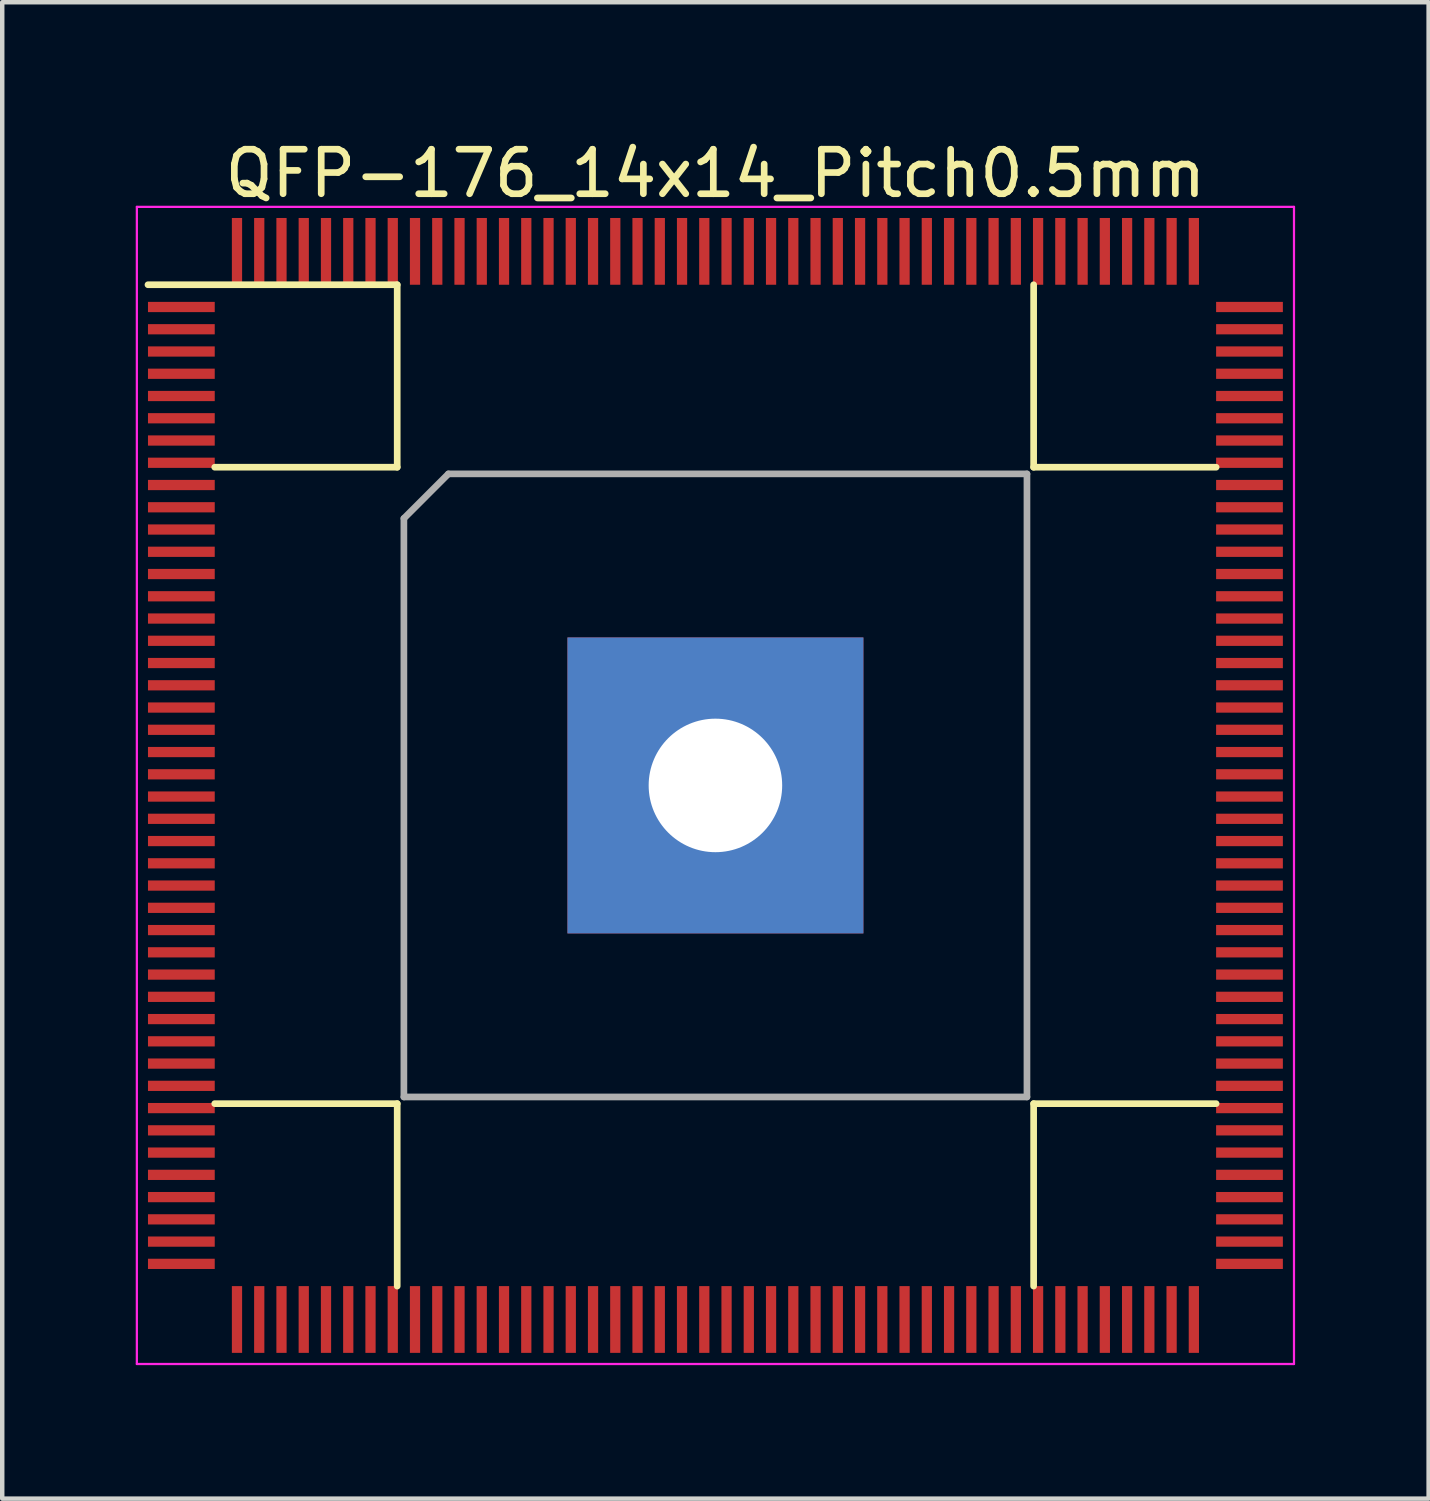
<source format=kicad_pcb>
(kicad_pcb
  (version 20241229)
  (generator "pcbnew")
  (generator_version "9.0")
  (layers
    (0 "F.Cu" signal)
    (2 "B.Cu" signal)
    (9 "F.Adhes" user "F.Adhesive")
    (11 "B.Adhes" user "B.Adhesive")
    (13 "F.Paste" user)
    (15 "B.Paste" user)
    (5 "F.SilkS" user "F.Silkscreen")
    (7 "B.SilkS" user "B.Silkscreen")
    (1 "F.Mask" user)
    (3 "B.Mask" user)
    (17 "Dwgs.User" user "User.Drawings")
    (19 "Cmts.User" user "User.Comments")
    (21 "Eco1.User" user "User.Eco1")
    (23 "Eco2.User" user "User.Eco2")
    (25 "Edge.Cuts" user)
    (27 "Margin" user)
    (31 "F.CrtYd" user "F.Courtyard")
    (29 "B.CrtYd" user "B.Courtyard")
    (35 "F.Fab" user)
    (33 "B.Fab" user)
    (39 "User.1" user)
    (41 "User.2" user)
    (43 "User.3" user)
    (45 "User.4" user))
  (footprint "QFP-176_14x14_Pitch0.5mm"
    (layer "F.Cu")
    (at 13.025 14.598)
    (property "Reference" "QFP-176_14x14_Pitch0.5mm" (at 0 -13.75 0) (layer "F.SilkS") (effects (font (size 1 1) (thickness 0.15))))
    (attr smd)
    (fp_line (start -11.25 -7.15) (end -7.15 -7.15) (stroke (width 0.15) (type solid)) (layer "F.SilkS"))
    (fp_line (start -11.25 7.15) (end -7.15 7.15) (stroke (width 0.15) (type solid)) (layer "F.SilkS"))
    (fp_line (start -7.15 -11.25) (end -12.75 -11.25) (stroke (width 0.15) (type solid)) (layer "F.SilkS"))
    (fp_line (start -7.15 -7.15) (end -7.15 -11.25) (stroke (width 0.15) (type solid)) (layer "F.SilkS"))
    (fp_line (start -7.15 7.15) (end -7.15 11.25) (stroke (width 0.15) (type solid)) (layer "F.SilkS"))
    (fp_line (start 7.15 -7.15) (end 7.15 -11.25) (stroke (width 0.15) (type solid)) (layer "F.SilkS"))
    (fp_line (start 7.15 7.15) (end 7.15 11.25) (stroke (width 0.15) (type solid)) (layer "F.SilkS"))
    (fp_line (start 11.25 -7.15) (end 7.15 -7.15) (stroke (width 0.15) (type solid)) (layer "F.SilkS"))
    (fp_line (start 11.25 7.15) (end 7.15 7.15) (stroke (width 0.15) (type solid)) (layer "F.SilkS"))
    (fp_line (start -13 -13) (end 13 -13) (stroke (width 0.05) (type solid)) (layer "F.CrtYd"))
    (fp_line (start -13 13) (end -13 -13) (stroke (width 0.05) (type solid)) (layer "F.CrtYd"))
    (fp_line (start 13 -13) (end 13 13) (stroke (width 0.05) (type solid)) (layer "F.CrtYd"))
    (fp_line (start 13 13) (end -13 13) (stroke (width 0.05) (type solid)) (layer "F.CrtYd"))
    (fp_line (start -7 -6) (end -7 7) (stroke (width 0.15) (type solid)) (layer "F.Fab"))
    (fp_line (start -7 7) (end 7 7) (stroke (width 0.15) (type solid)) (layer "F.Fab"))
    (fp_line (start -6 -7) (end -7 -6) (stroke (width 0.15) (type solid)) (layer "F.Fab"))
    (fp_line (start 7 -7) (end -6 -7) (stroke (width 0.15) (type solid)) (layer "F.Fab"))
    (fp_line (start 7 7) (end 7 -7) (stroke (width 0.15) (type solid)) (layer "F.Fab"))
    (pad "0" thru_hole rect (at 0 0) (size 6.65 6.65) (drill 3) (layers "*.Cu" "*.Mask"))
    (pad "1" smd rect (at -12 -10.75 90) (size 0.23 1.5) (layers "F.Cu" "F.Mask" "F.Paste"))
    (pad "2" smd rect (at -12 -10.25 90) (size 0.23 1.5) (layers "F.Cu" "F.Mask" "F.Paste"))
    (pad "3" smd rect (at -12 -9.75 90) (size 0.23 1.5) (layers "F.Cu" "F.Mask" "F.Paste"))
    (pad "4" smd rect (at -12 -9.25 90) (size 0.23 1.5) (layers "F.Cu" "F.Mask" "F.Paste"))
    (pad "5" smd rect (at -12 -8.75 90) (size 0.23 1.5) (layers "F.Cu" "F.Mask" "F.Paste"))
    (pad "6" smd rect (at -12 -8.25 90) (size 0.23 1.5) (layers "F.Cu" "F.Mask" "F.Paste"))
    (pad "7" smd rect (at -12 -7.75 90) (size 0.23 1.5) (layers "F.Cu" "F.Mask" "F.Paste"))
    (pad "8" smd rect (at -12 -7.25 90) (size 0.23 1.5) (layers "F.Cu" "F.Mask" "F.Paste"))
    (pad "9" smd rect (at -12 -6.75 90) (size 0.23 1.5) (layers "F.Cu" "F.Mask" "F.Paste"))
    (pad "10" smd rect (at -12 -6.25 90) (size 0.23 1.5) (layers "F.Cu" "F.Mask" "F.Paste"))
    (pad "11" smd rect (at -12 -5.75 90) (size 0.23 1.5) (layers "F.Cu" "F.Mask" "F.Paste"))
    (pad "12" smd rect (at -12 -5.25 90) (size 0.23 1.5) (layers "F.Cu" "F.Mask" "F.Paste"))
    (pad "13" smd rect (at -12 -4.75 90) (size 0.23 1.5) (layers "F.Cu" "F.Mask" "F.Paste"))
    (pad "14" smd rect (at -12 -4.25 90) (size 0.23 1.5) (layers "F.Cu" "F.Mask" "F.Paste"))
    (pad "15" smd rect (at -12 -3.75 90) (size 0.23 1.5) (layers "F.Cu" "F.Mask" "F.Paste"))
    (pad "16" smd rect (at -12 -3.25 90) (size 0.23 1.5) (layers "F.Cu" "F.Mask" "F.Paste"))
    (pad "17" smd rect (at -12 -2.75 90) (size 0.23 1.5) (layers "F.Cu" "F.Mask" "F.Paste"))
    (pad "18" smd rect (at -12 -2.25 90) (size 0.23 1.5) (layers "F.Cu" "F.Mask" "F.Paste"))
    (pad "19" smd rect (at -12 -1.75 90) (size 0.23 1.5) (layers "F.Cu" "F.Mask" "F.Paste"))
    (pad "20" smd rect (at -12 -1.25 90) (size 0.23 1.5) (layers "F.Cu" "F.Mask" "F.Paste"))
    (pad "21" smd rect (at -12 -0.75 90) (size 0.23 1.5) (layers "F.Cu" "F.Mask" "F.Paste"))
    (pad "22" smd rect (at -12 -0.25 90) (size 0.23 1.5) (layers "F.Cu" "F.Mask" "F.Paste"))
    (pad "23" smd rect (at -12 0.25 90) (size 0.23 1.5) (layers "F.Cu" "F.Mask" "F.Paste"))
    (pad "24" smd rect (at -12 0.75 90) (size 0.23 1.5) (layers "F.Cu" "F.Mask" "F.Paste"))
    (pad "25" smd rect (at -12 1.25 90) (size 0.23 1.5) (layers "F.Cu" "F.Mask" "F.Paste"))
    (pad "26" smd rect (at -12 1.75 90) (size 0.23 1.5) (layers "F.Cu" "F.Mask" "F.Paste"))
    (pad "27" smd rect (at -12 2.25 90) (size 0.23 1.5) (layers "F.Cu" "F.Mask" "F.Paste"))
    (pad "28" smd rect (at -12 2.75 90) (size 0.23 1.5) (layers "F.Cu" "F.Mask" "F.Paste"))
    (pad "29" smd rect (at -12 3.25 90) (size 0.23 1.5) (layers "F.Cu" "F.Mask" "F.Paste"))
    (pad "30" smd rect (at -12 3.75 90) (size 0.23 1.5) (layers "F.Cu" "F.Mask" "F.Paste"))
    (pad "31" smd rect (at -12 4.25 90) (size 0.23 1.5) (layers "F.Cu" "F.Mask" "F.Paste"))
    (pad "32" smd rect (at -12 4.75 90) (size 0.23 1.5) (layers "F.Cu" "F.Mask" "F.Paste"))
    (pad "33" smd rect (at -12 5.25 90) (size 0.23 1.5) (layers "F.Cu" "F.Mask" "F.Paste"))
    (pad "34" smd rect (at -12 5.75 90) (size 0.23 1.5) (layers "F.Cu" "F.Mask" "F.Paste"))
    (pad "35" smd rect (at -12 6.25 90) (size 0.23 1.5) (layers "F.Cu" "F.Mask" "F.Paste"))
    (pad "36" smd rect (at -12 6.75 90) (size 0.23 1.5) (layers "F.Cu" "F.Mask" "F.Paste"))
    (pad "37" smd rect (at -12 7.25 90) (size 0.23 1.5) (layers "F.Cu" "F.Mask" "F.Paste"))
    (pad "38" smd rect (at -12 7.75 90) (size 0.23 1.5) (layers "F.Cu" "F.Mask" "F.Paste"))
    (pad "39" smd rect (at -12 8.25 90) (size 0.23 1.5) (layers "F.Cu" "F.Mask" "F.Paste"))
    (pad "40" smd rect (at -12 8.75 90) (size 0.23 1.5) (layers "F.Cu" "F.Mask" "F.Paste"))
    (pad "41" smd rect (at -12 9.25 90) (size 0.23 1.5) (layers "F.Cu" "F.Mask" "F.Paste"))
    (pad "42" smd rect (at -12 9.75 90) (size 0.23 1.5) (layers "F.Cu" "F.Mask" "F.Paste"))
    (pad "43" smd rect (at -12 10.25 90) (size 0.23 1.5) (layers "F.Cu" "F.Mask" "F.Paste"))
    (pad "44" smd rect (at -12 10.75 90) (size 0.23 1.5) (layers "F.Cu" "F.Mask" "F.Paste"))
    (pad "45" smd rect (at -10.75 12) (size 0.23 1.5) (layers "F.Cu" "F.Mask" "F.Paste"))
    (pad "46" smd rect (at -10.25 12) (size 0.23 1.5) (layers "F.Cu" "F.Mask" "F.Paste"))
    (pad "47" smd rect (at -9.75 12) (size 0.23 1.5) (layers "F.Cu" "F.Mask" "F.Paste"))
    (pad "48" smd rect (at -9.25 12) (size 0.23 1.5) (layers "F.Cu" "F.Mask" "F.Paste"))
    (pad "49" smd rect (at -8.75 12) (size 0.23 1.5) (layers "F.Cu" "F.Mask" "F.Paste"))
    (pad "50" smd rect (at -8.25 12) (size 0.23 1.5) (layers "F.Cu" "F.Mask" "F.Paste"))
    (pad "51" smd rect (at -7.75 12) (size 0.23 1.5) (layers "F.Cu" "F.Mask" "F.Paste"))
    (pad "52" smd rect (at -7.25 12) (size 0.23 1.5) (layers "F.Cu" "F.Mask" "F.Paste"))
    (pad "53" smd rect (at -6.75 12) (size 0.23 1.5) (layers "F.Cu" "F.Mask" "F.Paste"))
    (pad "54" smd rect (at -6.25 12) (size 0.23 1.5) (layers "F.Cu" "F.Mask" "F.Paste"))
    (pad "55" smd rect (at -5.75 12) (size 0.23 1.5) (layers "F.Cu" "F.Mask" "F.Paste"))
    (pad "56" smd rect (at -5.25 12) (size 0.23 1.5) (layers "F.Cu" "F.Mask" "F.Paste"))
    (pad "57" smd rect (at -4.75 12) (size 0.23 1.5) (layers "F.Cu" "F.Mask" "F.Paste"))
    (pad "58" smd rect (at -4.25 12) (size 0.23 1.5) (layers "F.Cu" "F.Mask" "F.Paste"))
    (pad "59" smd rect (at -3.75 12) (size 0.23 1.5) (layers "F.Cu" "F.Mask" "F.Paste"))
    (pad "60" smd rect (at -3.25 12) (size 0.23 1.5) (layers "F.Cu" "F.Mask" "F.Paste"))
    (pad "61" smd rect (at -2.75 12) (size 0.23 1.5) (layers "F.Cu" "F.Mask" "F.Paste"))
    (pad "62" smd rect (at -2.25 12) (size 0.23 1.5) (layers "F.Cu" "F.Mask" "F.Paste"))
    (pad "63" smd rect (at -1.75 12) (size 0.23 1.5) (layers "F.Cu" "F.Mask" "F.Paste"))
    (pad "64" smd rect (at -1.25 12) (size 0.23 1.5) (layers "F.Cu" "F.Mask" "F.Paste"))
    (pad "65" smd rect (at -0.75 12) (size 0.23 1.5) (layers "F.Cu" "F.Mask" "F.Paste"))
    (pad "66" smd rect (at -0.25 12) (size 0.23 1.5) (layers "F.Cu" "F.Mask" "F.Paste"))
    (pad "67" smd rect (at 0.25 12) (size 0.23 1.5) (layers "F.Cu" "F.Mask" "F.Paste"))
    (pad "68" smd rect (at 0.75 12) (size 0.23 1.5) (layers "F.Cu" "F.Mask" "F.Paste"))
    (pad "69" smd rect (at 1.25 12) (size 0.23 1.5) (layers "F.Cu" "F.Mask" "F.Paste"))
    (pad "70" smd rect (at 1.75 12) (size 0.23 1.5) (layers "F.Cu" "F.Mask" "F.Paste"))
    (pad "71" smd rect (at 2.25 12) (size 0.23 1.5) (layers "F.Cu" "F.Mask" "F.Paste"))
    (pad "72" smd rect (at 2.75 12) (size 0.23 1.5) (layers "F.Cu" "F.Mask" "F.Paste"))
    (pad "73" smd rect (at 3.25 12) (size 0.23 1.5) (layers "F.Cu" "F.Mask" "F.Paste"))
    (pad "74" smd rect (at 3.75 12) (size 0.23 1.5) (layers "F.Cu" "F.Mask" "F.Paste"))
    (pad "75" smd rect (at 4.25 12) (size 0.23 1.5) (layers "F.Cu" "F.Mask" "F.Paste"))
    (pad "76" smd rect (at 4.75 12) (size 0.23 1.5) (layers "F.Cu" "F.Mask" "F.Paste"))
    (pad "77" smd rect (at 5.25 12) (size 0.23 1.5) (layers "F.Cu" "F.Mask" "F.Paste"))
    (pad "78" smd rect (at 5.75 12) (size 0.23 1.5) (layers "F.Cu" "F.Mask" "F.Paste"))
    (pad "79" smd rect (at 6.25 12) (size 0.23 1.5) (layers "F.Cu" "F.Mask" "F.Paste"))
    (pad "80" smd rect (at 6.75 12) (size 0.23 1.5) (layers "F.Cu" "F.Mask" "F.Paste"))
    (pad "81" smd rect (at 7.25 12) (size 0.23 1.5) (layers "F.Cu" "F.Mask" "F.Paste"))
    (pad "82" smd rect (at 7.75 12) (size 0.23 1.5) (layers "F.Cu" "F.Mask" "F.Paste"))
    (pad "83" smd rect (at 8.25 12) (size 0.23 1.5) (layers "F.Cu" "F.Mask" "F.Paste"))
    (pad "84" smd rect (at 8.75 12) (size 0.23 1.5) (layers "F.Cu" "F.Mask" "F.Paste"))
    (pad "85" smd rect (at 9.25 12) (size 0.23 1.5) (layers "F.Cu" "F.Mask" "F.Paste"))
    (pad "86" smd rect (at 9.75 12) (size 0.23 1.5) (layers "F.Cu" "F.Mask" "F.Paste"))
    (pad "87" smd rect (at 10.25 12) (size 0.23 1.5) (layers "F.Cu" "F.Mask" "F.Paste"))
    (pad "88" smd rect (at 10.75 12) (size 0.23 1.5) (layers "F.Cu" "F.Mask" "F.Paste"))
    (pad "89" smd rect (at 12 10.75 90) (size 0.23 1.5) (layers "F.Cu" "F.Mask" "F.Paste"))
    (pad "90" smd rect (at 12 10.25 90) (size 0.23 1.5) (layers "F.Cu" "F.Mask" "F.Paste"))
    (pad "91" smd rect (at 12 9.75 90) (size 0.23 1.5) (layers "F.Cu" "F.Mask" "F.Paste"))
    (pad "92" smd rect (at 12 9.25 90) (size 0.23 1.5) (layers "F.Cu" "F.Mask" "F.Paste"))
    (pad "93" smd rect (at 12 8.75 90) (size 0.23 1.5) (layers "F.Cu" "F.Mask" "F.Paste"))
    (pad "94" smd rect (at 12 8.25 90) (size 0.23 1.5) (layers "F.Cu" "F.Mask" "F.Paste"))
    (pad "95" smd rect (at 12 7.75 90) (size 0.23 1.5) (layers "F.Cu" "F.Mask" "F.Paste"))
    (pad "96" smd rect (at 12 7.25 90) (size 0.23 1.5) (layers "F.Cu" "F.Mask" "F.Paste"))
    (pad "97" smd rect (at 12 6.75 90) (size 0.23 1.5) (layers "F.Cu" "F.Mask" "F.Paste"))
    (pad "98" smd rect (at 12 6.25 90) (size 0.23 1.5) (layers "F.Cu" "F.Mask" "F.Paste"))
    (pad "99" smd rect (at 12 5.75 90) (size 0.23 1.5) (layers "F.Cu" "F.Mask" "F.Paste"))
    (pad "100" smd rect (at 12 5.25 90) (size 0.23 1.5) (layers "F.Cu" "F.Mask" "F.Paste"))
    (pad "101" smd rect (at 12 4.75 90) (size 0.23 1.5) (layers "F.Cu" "F.Mask" "F.Paste"))
    (pad "102" smd rect (at 12 4.25 90) (size 0.23 1.5) (layers "F.Cu" "F.Mask" "F.Paste"))
    (pad "103" smd rect (at 12 3.75 90) (size 0.23 1.5) (layers "F.Cu" "F.Mask" "F.Paste"))
    (pad "104" smd rect (at 12 3.25 90) (size 0.23 1.5) (layers "F.Cu" "F.Mask" "F.Paste"))
    (pad "105" smd rect (at 12 2.75 90) (size 0.23 1.5) (layers "F.Cu" "F.Mask" "F.Paste"))
    (pad "106" smd rect (at 12 2.25 90) (size 0.23 1.5) (layers "F.Cu" "F.Mask" "F.Paste"))
    (pad "107" smd rect (at 12 1.75 90) (size 0.23 1.5) (layers "F.Cu" "F.Mask" "F.Paste"))
    (pad "108" smd rect (at 12 1.25 90) (size 0.23 1.5) (layers "F.Cu" "F.Mask" "F.Paste"))
    (pad "109" smd rect (at 12 0.75 90) (size 0.23 1.5) (layers "F.Cu" "F.Mask" "F.Paste"))
    (pad "110" smd rect (at 12 0.25 90) (size 0.23 1.5) (layers "F.Cu" "F.Mask" "F.Paste"))
    (pad "111" smd rect (at 12 -0.25 90) (size 0.23 1.5) (layers "F.Cu" "F.Mask" "F.Paste"))
    (pad "112" smd rect (at 12 -0.75 90) (size 0.23 1.5) (layers "F.Cu" "F.Mask" "F.Paste"))
    (pad "113" smd rect (at 12 -1.25 90) (size 0.23 1.5) (layers "F.Cu" "F.Mask" "F.Paste"))
    (pad "114" smd rect (at 12 -1.75 90) (size 0.23 1.5) (layers "F.Cu" "F.Mask" "F.Paste"))
    (pad "115" smd rect (at 12 -2.25 90) (size 0.23 1.5) (layers "F.Cu" "F.Mask" "F.Paste"))
    (pad "116" smd rect (at 12 -2.75 90) (size 0.23 1.5) (layers "F.Cu" "F.Mask" "F.Paste"))
    (pad "117" smd rect (at 12 -3.25 90) (size 0.23 1.5) (layers "F.Cu" "F.Mask" "F.Paste"))
    (pad "118" smd rect (at 12 -3.75 90) (size 0.23 1.5) (layers "F.Cu" "F.Mask" "F.Paste"))
    (pad "119" smd rect (at 12 -4.25 90) (size 0.23 1.5) (layers "F.Cu" "F.Mask" "F.Paste"))
    (pad "120" smd rect (at 12 -4.75 90) (size 0.23 1.5) (layers "F.Cu" "F.Mask" "F.Paste"))
    (pad "121" smd rect (at 12 -5.25 90) (size 0.23 1.5) (layers "F.Cu" "F.Mask" "F.Paste"))
    (pad "122" smd rect (at 12 -5.75 90) (size 0.23 1.5) (layers "F.Cu" "F.Mask" "F.Paste"))
    (pad "123" smd rect (at 12 -6.25 90) (size 0.23 1.5) (layers "F.Cu" "F.Mask" "F.Paste"))
    (pad "124" smd rect (at 12 -6.75 90) (size 0.23 1.5) (layers "F.Cu" "F.Mask" "F.Paste"))
    (pad "125" smd rect (at 12 -7.25 90) (size 0.23 1.5) (layers "F.Cu" "F.Mask" "F.Paste"))
    (pad "126" smd rect (at 12 -7.75 90) (size 0.23 1.5) (layers "F.Cu" "F.Mask" "F.Paste"))
    (pad "127" smd rect (at 12 -8.25 90) (size 0.23 1.5) (layers "F.Cu" "F.Mask" "F.Paste"))
    (pad "128" smd rect (at 12 -8.75 90) (size 0.23 1.5) (layers "F.Cu" "F.Mask" "F.Paste"))
    (pad "129" smd rect (at 12 -9.25 90) (size 0.23 1.5) (layers "F.Cu" "F.Mask" "F.Paste"))
    (pad "130" smd rect (at 12 -9.75 90) (size 0.23 1.5) (layers "F.Cu" "F.Mask" "F.Paste"))
    (pad "131" smd rect (at 12 -10.25 90) (size 0.23 1.5) (layers "F.Cu" "F.Mask" "F.Paste"))
    (pad "132" smd rect (at 12 -10.75 90) (size 0.23 1.5) (layers "F.Cu" "F.Mask" "F.Paste"))
    (pad "133" smd rect (at 10.75 -12) (size 0.23 1.5) (layers "F.Cu" "F.Mask" "F.Paste"))
    (pad "134" smd rect (at 10.25 -12) (size 0.23 1.5) (layers "F.Cu" "F.Mask" "F.Paste"))
    (pad "135" smd rect (at 9.75 -12) (size 0.23 1.5) (layers "F.Cu" "F.Mask" "F.Paste"))
    (pad "136" smd rect (at 9.25 -12) (size 0.23 1.5) (layers "F.Cu" "F.Mask" "F.Paste"))
    (pad "137" smd rect (at 8.75 -12) (size 0.23 1.5) (layers "F.Cu" "F.Mask" "F.Paste"))
    (pad "138" smd rect (at 8.25 -12) (size 0.23 1.5) (layers "F.Cu" "F.Mask" "F.Paste"))
    (pad "139" smd rect (at 7.75 -12) (size 0.23 1.5) (layers "F.Cu" "F.Mask" "F.Paste"))
    (pad "140" smd rect (at 7.25 -12) (size 0.23 1.5) (layers "F.Cu" "F.Mask" "F.Paste"))
    (pad "141" smd rect (at 6.75 -12) (size 0.23 1.5) (layers "F.Cu" "F.Mask" "F.Paste"))
    (pad "142" smd rect (at 6.25 -12) (size 0.23 1.5) (layers "F.Cu" "F.Mask" "F.Paste"))
    (pad "143" smd rect (at 5.75 -12) (size 0.23 1.5) (layers "F.Cu" "F.Mask" "F.Paste"))
    (pad "144" smd rect (at 5.25 -12) (size 0.23 1.5) (layers "F.Cu" "F.Mask" "F.Paste"))
    (pad "145" smd rect (at 4.75 -12) (size 0.23 1.5) (layers "F.Cu" "F.Mask" "F.Paste"))
    (pad "146" smd rect (at 4.25 -12) (size 0.23 1.5) (layers "F.Cu" "F.Mask" "F.Paste"))
    (pad "147" smd rect (at 3.75 -12) (size 0.23 1.5) (layers "F.Cu" "F.Mask" "F.Paste"))
    (pad "148" smd rect (at 3.25 -12) (size 0.23 1.5) (layers "F.Cu" "F.Mask" "F.Paste"))
    (pad "149" smd rect (at 2.75 -12) (size 0.23 1.5) (layers "F.Cu" "F.Mask" "F.Paste"))
    (pad "150" smd rect (at 2.25 -12) (size 0.23 1.5) (layers "F.Cu" "F.Mask" "F.Paste"))
    (pad "151" smd rect (at 1.75 -12) (size 0.23 1.5) (layers "F.Cu" "F.Mask" "F.Paste"))
    (pad "152" smd rect (at 1.25 -12) (size 0.23 1.5) (layers "F.Cu" "F.Mask" "F.Paste"))
    (pad "153" smd rect (at 0.75 -12) (size 0.23 1.5) (layers "F.Cu" "F.Mask" "F.Paste"))
    (pad "154" smd rect (at 0.25 -12) (size 0.23 1.5) (layers "F.Cu" "F.Mask" "F.Paste"))
    (pad "155" smd rect (at -0.25 -12) (size 0.23 1.5) (layers "F.Cu" "F.Mask" "F.Paste"))
    (pad "156" smd rect (at -0.75 -12) (size 0.23 1.5) (layers "F.Cu" "F.Mask" "F.Paste"))
    (pad "157" smd rect (at -1.25 -12) (size 0.23 1.5) (layers "F.Cu" "F.Mask" "F.Paste"))
    (pad "158" smd rect (at -1.75 -12) (size 0.23 1.5) (layers "F.Cu" "F.Mask" "F.Paste"))
    (pad "159" smd rect (at -2.25 -12) (size 0.23 1.5) (layers "F.Cu" "F.Mask" "F.Paste"))
    (pad "160" smd rect (at -2.75 -12) (size 0.23 1.5) (layers "F.Cu" "F.Mask" "F.Paste"))
    (pad "161" smd rect (at -3.25 -12) (size 0.23 1.5) (layers "F.Cu" "F.Mask" "F.Paste"))
    (pad "162" smd rect (at -3.75 -12) (size 0.23 1.5) (layers "F.Cu" "F.Mask" "F.Paste"))
    (pad "163" smd rect (at -4.25 -12) (size 0.23 1.5) (layers "F.Cu" "F.Mask" "F.Paste"))
    (pad "164" smd rect (at -4.75 -12) (size 0.23 1.5) (layers "F.Cu" "F.Mask" "F.Paste"))
    (pad "165" smd rect (at -5.25 -12) (size 0.23 1.5) (layers "F.Cu" "F.Mask" "F.Paste"))
    (pad "166" smd rect (at -5.75 -12) (size 0.23 1.5) (layers "F.Cu" "F.Mask" "F.Paste"))
    (pad "167" smd rect (at -6.25 -12) (size 0.23 1.5) (layers "F.Cu" "F.Mask" "F.Paste"))
    (pad "168" smd rect (at -6.75 -12) (size 0.23 1.5) (layers "F.Cu" "F.Mask" "F.Paste"))
    (pad "169" smd rect (at -7.25 -12) (size 0.23 1.5) (layers "F.Cu" "F.Mask" "F.Paste"))
    (pad "170" smd rect (at -7.75 -12) (size 0.23 1.5) (layers "F.Cu" "F.Mask" "F.Paste"))
    (pad "171" smd rect (at -8.25 -12) (size 0.23 1.5) (layers "F.Cu" "F.Mask" "F.Paste"))
    (pad "172" smd rect (at -8.75 -12) (size 0.23 1.5) (layers "F.Cu" "F.Mask" "F.Paste"))
    (pad "173" smd rect (at -9.25 -12) (size 0.23 1.5) (layers "F.Cu" "F.Mask" "F.Paste"))
    (pad "174" smd rect (at -9.75 -12) (size 0.23 1.5) (layers "F.Cu" "F.Mask" "F.Paste"))
    (pad "175" smd rect (at -10.25 -12) (size 0.23 1.5) (layers "F.Cu" "F.Mask" "F.Paste"))
    (pad "176" smd rect (at -10.75 -12) (size 0.23 1.5) (layers "F.Cu" "F.Mask" "F.Paste")))
  (gr_rect
    (start -3 -3)
    (end 29.05 30.623)
    (stroke (width 0.1) (type default))
    (fill no)
    (layer "Edge.Cuts")))
</source>
